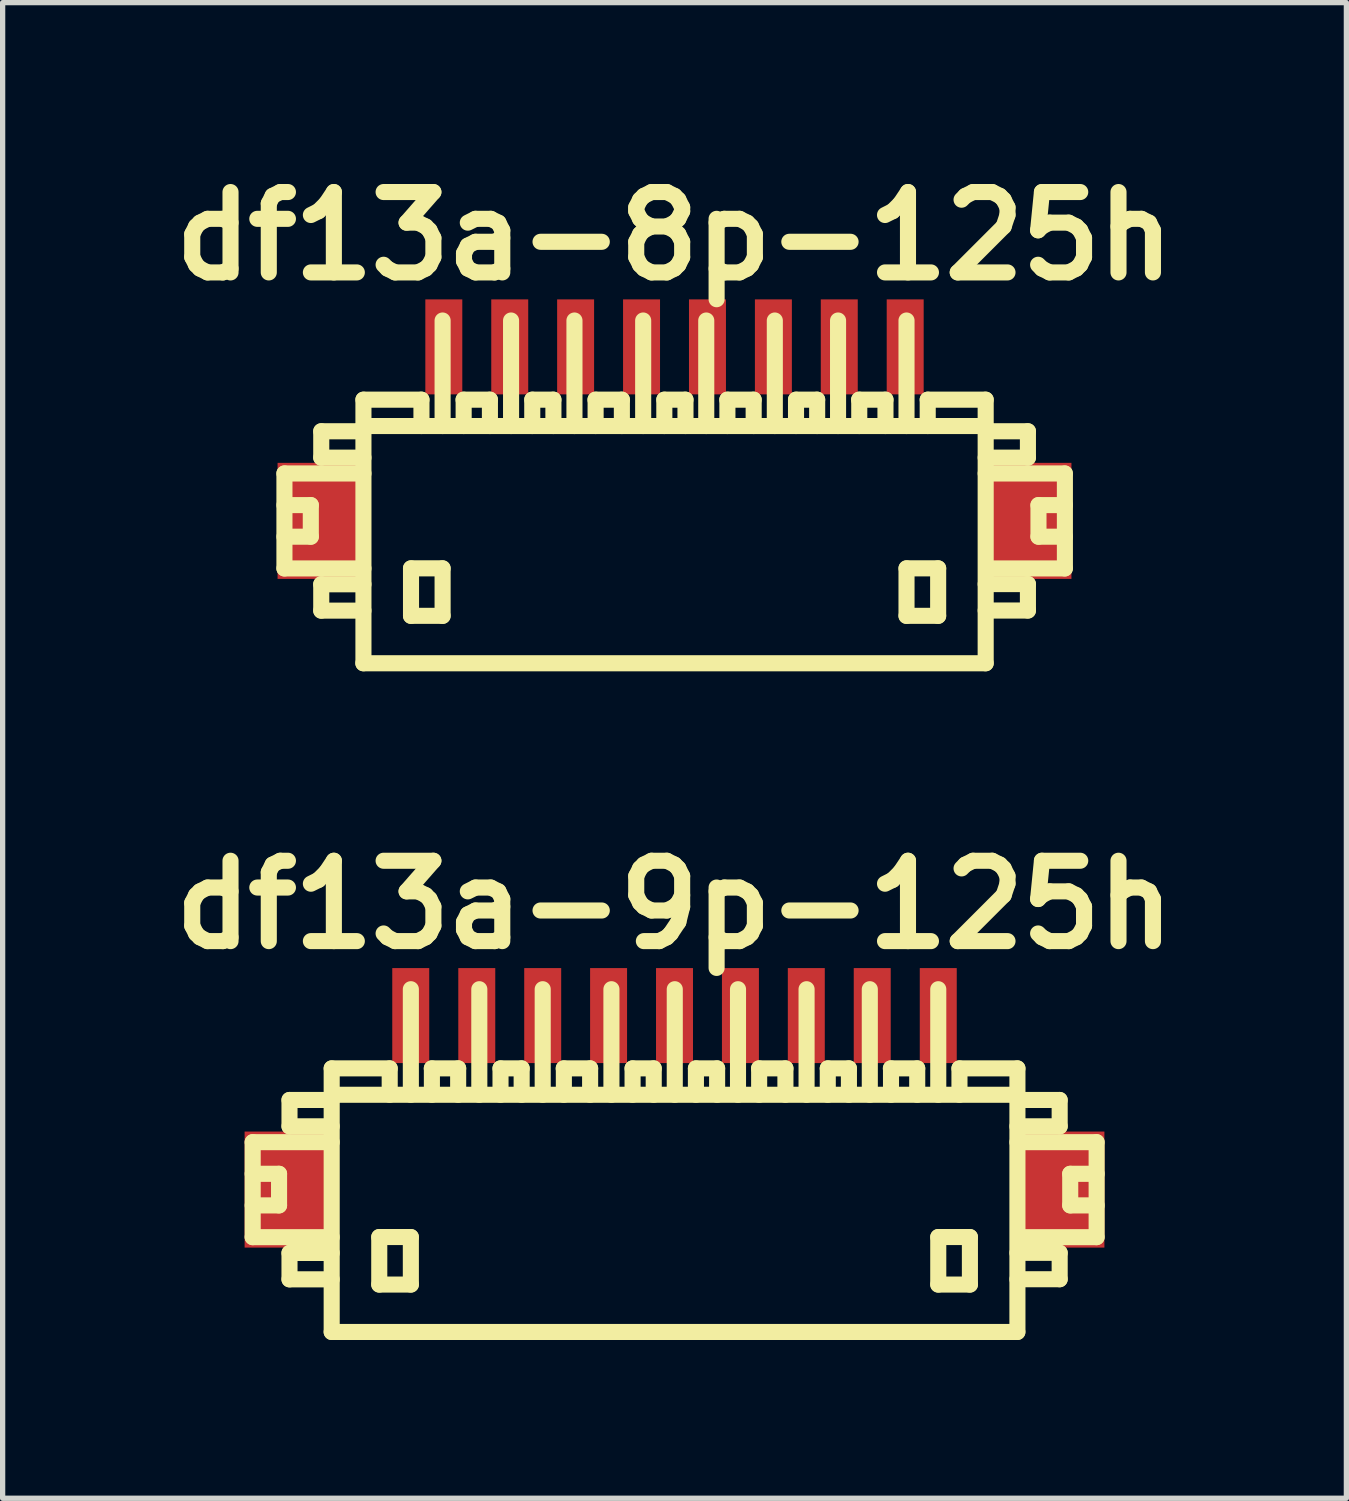
<source format=kicad_pcb>
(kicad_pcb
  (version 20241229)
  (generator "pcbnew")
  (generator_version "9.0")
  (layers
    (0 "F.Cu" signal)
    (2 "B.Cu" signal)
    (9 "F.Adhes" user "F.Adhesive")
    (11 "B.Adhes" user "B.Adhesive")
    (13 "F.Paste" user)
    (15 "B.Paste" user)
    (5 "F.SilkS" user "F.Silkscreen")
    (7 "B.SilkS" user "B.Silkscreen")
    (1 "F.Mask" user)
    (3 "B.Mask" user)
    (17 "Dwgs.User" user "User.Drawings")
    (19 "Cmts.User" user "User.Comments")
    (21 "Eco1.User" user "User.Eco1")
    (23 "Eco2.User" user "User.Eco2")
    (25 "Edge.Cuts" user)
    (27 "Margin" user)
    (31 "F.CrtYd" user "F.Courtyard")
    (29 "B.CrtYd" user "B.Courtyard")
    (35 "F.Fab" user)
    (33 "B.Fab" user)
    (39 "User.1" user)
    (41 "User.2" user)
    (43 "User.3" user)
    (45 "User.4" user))
  (footprint "df13a-8p-125h"
    (layer "F.Cu")
    (at 9.739 7.027)
    (property "Reference" "df13a-8p-125h" (at 0 -5.601 0) (layer "F.SilkS") (effects (font (size 1.524 1.524) (thickness 0.305))))
    (attr through_hole)
    (fp_line (start -7.396 -1.1) (end -7.396 0.701) (stroke (width 0.305) (type solid)) (layer "F.SilkS"))
    (fp_line (start -7.396 0.701) (end -5.898 0.701) (stroke (width 0.305) (type solid)) (layer "F.SilkS"))
    (fp_line (start -6.896 -0.5) (end -7.396 -0.5) (stroke (width 0.305) (type solid)) (layer "F.SilkS"))
    (fp_line (start -6.896 0.099) (end -7.396 0.099) (stroke (width 0.305) (type solid)) (layer "F.SilkS"))
    (fp_line (start -6.896 0.099) (end -6.896 -0.5) (stroke (width 0.305) (type solid)) (layer "F.SilkS"))
    (fp_line (start -6.698 -1.9) (end -6.698 -1.4) (stroke (width 0.305) (type solid)) (layer "F.SilkS"))
    (fp_line (start -6.698 -1.9) (end -5.898 -1.9) (stroke (width 0.305) (type solid)) (layer "F.SilkS"))
    (fp_line (start -6.698 1.001) (end -6.698 1.501) (stroke (width 0.305) (type solid)) (layer "F.SilkS"))
    (fp_line (start -6.698 1.501) (end -5.898 1.501) (stroke (width 0.305) (type solid)) (layer "F.SilkS"))
    (fp_line (start -5.9 -1.999) (end 5.9 -1.999) (stroke (width 0.305) (type solid)) (layer "F.SilkS"))
    (fp_line (start -5.9 2.499) (end 5.9 2.499) (stroke (width 0.305) (type solid)) (layer "F.SilkS"))
    (fp_line (start -5.898 -1.4) (end -6.698 -1.4) (stroke (width 0.305) (type solid)) (layer "F.SilkS"))
    (fp_line (start -5.898 -1.1) (end -7.396 -1.1) (stroke (width 0.305) (type solid)) (layer "F.SilkS"))
    (fp_line (start -5.898 1.001) (end -6.698 1.001) (stroke (width 0.305) (type solid)) (layer "F.SilkS"))
    (fp_line (start -5.898 2.499) (end -5.898 -2.499) (stroke (width 0.305) (type solid)) (layer "F.SilkS"))
    (fp_line (start -4.996 0.699) (end -4.996 1.6) (stroke (width 0.305) (type solid)) (layer "F.SilkS"))
    (fp_line (start -4.996 1.6) (end -4.397 1.6) (stroke (width 0.305) (type solid)) (layer "F.SilkS"))
    (fp_line (start -4.798 -2.499) (end -5.898 -2.499) (stroke (width 0.305) (type solid)) (layer "F.SilkS"))
    (fp_line (start -4.798 -2.499) (end -4.798 -1.999) (stroke (width 0.305) (type solid)) (layer "F.SilkS"))
    (fp_line (start -4.397 -4) (end -4.397 -1.999) (stroke (width 0.305) (type solid)) (layer "F.SilkS"))
    (fp_line (start -4.397 0.699) (end -4.996 0.699) (stroke (width 0.305) (type solid)) (layer "F.SilkS"))
    (fp_line (start -4.397 1.6) (end -4.397 0.699) (stroke (width 0.305) (type solid)) (layer "F.SilkS"))
    (fp_line (start -4 -2.499) (end -3.5 -2.499) (stroke (width 0.305) (type solid)) (layer "F.SilkS"))
    (fp_line (start -3.998 -1.999) (end -3.998 -2.499) (stroke (width 0.305) (type solid)) (layer "F.SilkS"))
    (fp_line (start -3.5 -2.499) (end -3.5 -1.999) (stroke (width 0.305) (type solid)) (layer "F.SilkS"))
    (fp_line (start -3.099 -1.999) (end -3.099 -4) (stroke (width 0.305) (type solid)) (layer "F.SilkS"))
    (fp_line (start -2.697 -2.499) (end -2.697 -1.999) (stroke (width 0.305) (type solid)) (layer "F.SilkS"))
    (fp_line (start -2.296 -2.499) (end -2.697 -2.499) (stroke (width 0.305) (type solid)) (layer "F.SilkS"))
    (fp_line (start -2.296 -2.499) (end -2.296 -1.999) (stroke (width 0.305) (type solid)) (layer "F.SilkS"))
    (fp_line (start -1.897 -1.999) (end -1.897 -4) (stroke (width 0.305) (type solid)) (layer "F.SilkS"))
    (fp_line (start -1.499 -2.499) (end -0.998 -2.499) (stroke (width 0.305) (type solid)) (layer "F.SilkS"))
    (fp_line (start -1.496 -1.999) (end -1.496 -2.499) (stroke (width 0.305) (type solid)) (layer "F.SilkS"))
    (fp_line (start -0.998 -2.499) (end -0.998 -1.999) (stroke (width 0.305) (type solid)) (layer "F.SilkS"))
    (fp_line (start -0.594 -1.999) (end -0.594 -4) (stroke (width 0.305) (type solid)) (layer "F.SilkS"))
    (fp_line (start -0.193 -2.499) (end -0.193 -1.999) (stroke (width 0.305) (type solid)) (layer "F.SilkS"))
    (fp_line (start 0.208 -2.499) (end -0.193 -2.499) (stroke (width 0.305) (type solid)) (layer "F.SilkS"))
    (fp_line (start 0.208 -2.499) (end 0.208 -1.999) (stroke (width 0.305) (type solid)) (layer "F.SilkS"))
    (fp_line (start 0.602 -1.999) (end 0.602 -4) (stroke (width 0.305) (type solid)) (layer "F.SilkS"))
    (fp_line (start 1.001 -2.499) (end 1.501 -2.499) (stroke (width 0.305) (type solid)) (layer "F.SilkS"))
    (fp_line (start 1.003 -1.999) (end 1.003 -2.499) (stroke (width 0.305) (type solid)) (layer "F.SilkS"))
    (fp_line (start 1.501 -2.499) (end 1.501 -1.999) (stroke (width 0.305) (type solid)) (layer "F.SilkS"))
    (fp_line (start 1.902 -1.999) (end 1.902 -4) (stroke (width 0.305) (type solid)) (layer "F.SilkS"))
    (fp_line (start 2.304 -2.499) (end 2.304 -1.999) (stroke (width 0.305) (type solid)) (layer "F.SilkS"))
    (fp_line (start 2.705 -2.499) (end 2.304 -2.499) (stroke (width 0.305) (type solid)) (layer "F.SilkS"))
    (fp_line (start 2.705 -2.499) (end 2.705 -1.999) (stroke (width 0.305) (type solid)) (layer "F.SilkS"))
    (fp_line (start 3.101 -1.999) (end 3.101 -4) (stroke (width 0.305) (type solid)) (layer "F.SilkS"))
    (fp_line (start 3.5 -2.499) (end 4 -2.499) (stroke (width 0.305) (type solid)) (layer "F.SilkS"))
    (fp_line (start 3.503 -1.999) (end 3.503 -2.499) (stroke (width 0.305) (type solid)) (layer "F.SilkS"))
    (fp_line (start 4 -2.499) (end 4 -1.999) (stroke (width 0.305) (type solid)) (layer "F.SilkS"))
    (fp_line (start 4.399 -1.999) (end 4.399 -4) (stroke (width 0.305) (type solid)) (layer "F.SilkS"))
    (fp_line (start 4.399 0.699) (end 4.999 0.699) (stroke (width 0.305) (type solid)) (layer "F.SilkS"))
    (fp_line (start 4.399 1.6) (end 4.399 0.699) (stroke (width 0.305) (type solid)) (layer "F.SilkS"))
    (fp_line (start 4.801 -2.499) (end 4.801 -1.999) (stroke (width 0.305) (type solid)) (layer "F.SilkS"))
    (fp_line (start 4.999 0.699) (end 4.999 1.6) (stroke (width 0.305) (type solid)) (layer "F.SilkS"))
    (fp_line (start 4.999 1.6) (end 4.399 1.6) (stroke (width 0.305) (type solid)) (layer "F.SilkS"))
    (fp_line (start 5.9 -2.499) (end 4.801 -2.499) (stroke (width 0.305) (type solid)) (layer "F.SilkS"))
    (fp_line (start 5.9 -2.499) (end 5.9 2.499) (stroke (width 0.305) (type solid)) (layer "F.SilkS"))
    (fp_line (start 5.9 -1.9) (end 6.701 -1.9) (stroke (width 0.305) (type solid)) (layer "F.SilkS"))
    (fp_line (start 5.9 0.998) (end 6.701 0.998) (stroke (width 0.305) (type solid)) (layer "F.SilkS"))
    (fp_line (start 6.701 -1.9) (end 6.701 -1.4) (stroke (width 0.305) (type solid)) (layer "F.SilkS"))
    (fp_line (start 6.701 -1.4) (end 5.9 -1.4) (stroke (width 0.305) (type solid)) (layer "F.SilkS"))
    (fp_line (start 6.701 0.998) (end 6.701 1.499) (stroke (width 0.305) (type solid)) (layer "F.SilkS"))
    (fp_line (start 6.701 1.499) (end 5.9 1.499) (stroke (width 0.305) (type solid)) (layer "F.SilkS"))
    (fp_line (start 6.901 0.099) (end 6.901 -0.5) (stroke (width 0.305) (type solid)) (layer "F.SilkS"))
    (fp_line (start 7.399 -1.1) (end 5.9 -1.1) (stroke (width 0.305) (type solid)) (layer "F.SilkS"))
    (fp_line (start 7.399 0.701) (end 5.999 0.701) (stroke (width 0.305) (type solid)) (layer "F.SilkS"))
    (fp_line (start 7.402 -1.1) (end 7.402 0.701) (stroke (width 0.305) (type solid)) (layer "F.SilkS"))
    (fp_line (start 7.402 -0.5) (end 6.901 -0.5) (stroke (width 0.305) (type solid)) (layer "F.SilkS"))
    (fp_line (start 7.402 0.099) (end 6.901 0.099) (stroke (width 0.305) (type solid)) (layer "F.SilkS"))
    (pad "" smd rect (at -6.726 -0.201) (size 1.6 2.2) (layers "F.Cu" "F.Mask" "F.Paste"))
    (pad "" smd rect (at 6.726 -0.201) (size 1.6 2.2) (layers "F.Cu" "F.Mask" "F.Paste"))
    (pad "1" smd rect (at 4.374 -3.5) (size 0.701 1.801) (layers "F.Cu" "F.Mask" "F.Paste"))
    (pad "2" smd rect (at 3.124 -3.5) (size 0.701 1.801) (layers "F.Cu" "F.Mask" "F.Paste"))
    (pad "3" smd rect (at 1.875 -3.5) (size 0.701 1.801) (layers "F.Cu" "F.Mask" "F.Paste"))
    (pad "4" smd rect (at 0.625 -3.5) (size 0.701 1.801) (layers "F.Cu" "F.Mask" "F.Paste"))
    (pad "5" smd rect (at -0.625 -3.5) (size 0.701 1.801) (layers "F.Cu" "F.Mask" "F.Paste"))
    (pad "6" smd rect (at -1.875 -3.5) (size 0.701 1.801) (layers "F.Cu" "F.Mask" "F.Paste"))
    (pad "7" smd rect (at -3.124 -3.5) (size 0.701 1.801) (layers "F.Cu" "F.Mask" "F.Paste"))
    (pad "8" smd rect (at -4.374 -3.5) (size 0.701 1.801) (layers "F.Cu" "F.Mask" "F.Paste")))
  (footprint "df13a-9p-125h"
    (layer "F.Cu")
    (at 9.739 19.706)
    (property "Reference" "df13a-9p-125h" (at 0 -5.601 0) (layer "F.SilkS") (effects (font (size 1.524 1.524) (thickness 0.305))))
    (attr through_hole)
    (fp_line (start -7.998 -1.1) (end -7.998 0.701) (stroke (width 0.305) (type solid)) (layer "F.SilkS"))
    (fp_line (start -7.998 0.701) (end -6.5 0.701) (stroke (width 0.305) (type solid)) (layer "F.SilkS"))
    (fp_line (start -7.498 -0.5) (end -7.998 -0.5) (stroke (width 0.305) (type solid)) (layer "F.SilkS"))
    (fp_line (start -7.498 0.099) (end -7.998 0.099) (stroke (width 0.305) (type solid)) (layer "F.SilkS"))
    (fp_line (start -7.498 0.099) (end -7.498 -0.5) (stroke (width 0.305) (type solid)) (layer "F.SilkS"))
    (fp_line (start -7.3 -1.9) (end -7.3 -1.4) (stroke (width 0.305) (type solid)) (layer "F.SilkS"))
    (fp_line (start -7.3 -1.9) (end -6.5 -1.9) (stroke (width 0.305) (type solid)) (layer "F.SilkS"))
    (fp_line (start -7.3 1.001) (end -7.3 1.501) (stroke (width 0.305) (type solid)) (layer "F.SilkS"))
    (fp_line (start -7.3 1.501) (end -6.5 1.501) (stroke (width 0.305) (type solid)) (layer "F.SilkS"))
    (fp_line (start -6.5 -1.999) (end 6.5 -1.999) (stroke (width 0.305) (type solid)) (layer "F.SilkS"))
    (fp_line (start -6.5 -1.4) (end -7.3 -1.4) (stroke (width 0.305) (type solid)) (layer "F.SilkS"))
    (fp_line (start -6.5 -1.1) (end -7.998 -1.1) (stroke (width 0.305) (type solid)) (layer "F.SilkS"))
    (fp_line (start -6.5 1.001) (end -7.3 1.001) (stroke (width 0.305) (type solid)) (layer "F.SilkS"))
    (fp_line (start -6.5 2.499) (end -6.5 -2.499) (stroke (width 0.305) (type solid)) (layer "F.SilkS"))
    (fp_line (start -5.598 0.699) (end -5.598 1.6) (stroke (width 0.305) (type solid)) (layer "F.SilkS"))
    (fp_line (start -5.598 1.6) (end -4.999 1.6) (stroke (width 0.305) (type solid)) (layer "F.SilkS"))
    (fp_line (start -5.4 -2.499) (end -6.5 -2.499) (stroke (width 0.305) (type solid)) (layer "F.SilkS"))
    (fp_line (start -5.4 -2.499) (end -5.4 -1.999) (stroke (width 0.305) (type solid)) (layer "F.SilkS"))
    (fp_line (start -4.999 -4) (end -4.999 -1.999) (stroke (width 0.305) (type solid)) (layer "F.SilkS"))
    (fp_line (start -4.999 0.699) (end -5.598 0.699) (stroke (width 0.305) (type solid)) (layer "F.SilkS"))
    (fp_line (start -4.999 1.6) (end -4.999 0.699) (stroke (width 0.305) (type solid)) (layer "F.SilkS"))
    (fp_line (start -4.602 -2.499) (end -4.102 -2.499) (stroke (width 0.305) (type solid)) (layer "F.SilkS"))
    (fp_line (start -4.6 -1.999) (end -4.6 -2.499) (stroke (width 0.305) (type solid)) (layer "F.SilkS"))
    (fp_line (start -4.102 -2.499) (end -4.102 -1.999) (stroke (width 0.305) (type solid)) (layer "F.SilkS"))
    (fp_line (start -3.701 -1.999) (end -3.701 -4) (stroke (width 0.305) (type solid)) (layer "F.SilkS"))
    (fp_line (start -3.299 -2.499) (end -3.299 -1.999) (stroke (width 0.305) (type solid)) (layer "F.SilkS"))
    (fp_line (start -2.898 -2.499) (end -3.299 -2.499) (stroke (width 0.305) (type solid)) (layer "F.SilkS"))
    (fp_line (start -2.898 -2.499) (end -2.898 -1.999) (stroke (width 0.305) (type solid)) (layer "F.SilkS"))
    (fp_line (start -2.499 -1.999) (end -2.499 -4) (stroke (width 0.305) (type solid)) (layer "F.SilkS"))
    (fp_line (start -2.101 -2.499) (end -1.6 -2.499) (stroke (width 0.305) (type solid)) (layer "F.SilkS"))
    (fp_line (start -2.098 -1.999) (end -2.098 -2.499) (stroke (width 0.305) (type solid)) (layer "F.SilkS"))
    (fp_line (start -1.6 -2.499) (end -1.6 -1.999) (stroke (width 0.305) (type solid)) (layer "F.SilkS"))
    (fp_line (start -1.196 -1.999) (end -1.196 -4) (stroke (width 0.305) (type solid)) (layer "F.SilkS"))
    (fp_line (start -0.795 -2.499) (end -0.795 -1.999) (stroke (width 0.305) (type solid)) (layer "F.SilkS"))
    (fp_line (start -0.394 -2.499) (end -0.795 -2.499) (stroke (width 0.305) (type solid)) (layer "F.SilkS"))
    (fp_line (start -0.394 -2.499) (end -0.394 -1.999) (stroke (width 0.305) (type solid)) (layer "F.SilkS"))
    (fp_line (start 0.005 -1.999) (end 0.005 -4) (stroke (width 0.305) (type solid)) (layer "F.SilkS"))
    (fp_line (start 0.406 -2.499) (end 0.406 -1.999) (stroke (width 0.305) (type solid)) (layer "F.SilkS"))
    (fp_line (start 0.808 -2.499) (end 0.406 -2.499) (stroke (width 0.305) (type solid)) (layer "F.SilkS"))
    (fp_line (start 0.808 -2.499) (end 0.808 -1.999) (stroke (width 0.305) (type solid)) (layer "F.SilkS"))
    (fp_line (start 1.204 -1.999) (end 1.204 -4) (stroke (width 0.305) (type solid)) (layer "F.SilkS"))
    (fp_line (start 1.603 -2.499) (end 2.103 -2.499) (stroke (width 0.305) (type solid)) (layer "F.SilkS"))
    (fp_line (start 1.605 -1.999) (end 1.605 -2.499) (stroke (width 0.305) (type solid)) (layer "F.SilkS"))
    (fp_line (start 2.103 -2.499) (end 2.103 -1.999) (stroke (width 0.305) (type solid)) (layer "F.SilkS"))
    (fp_line (start 2.504 -1.999) (end 2.504 -4) (stroke (width 0.305) (type solid)) (layer "F.SilkS"))
    (fp_line (start 2.906 -2.499) (end 2.906 -1.999) (stroke (width 0.305) (type solid)) (layer "F.SilkS"))
    (fp_line (start 3.307 -2.499) (end 2.906 -2.499) (stroke (width 0.305) (type solid)) (layer "F.SilkS"))
    (fp_line (start 3.307 -2.499) (end 3.307 -1.999) (stroke (width 0.305) (type solid)) (layer "F.SilkS"))
    (fp_line (start 3.703 -1.999) (end 3.703 -4) (stroke (width 0.305) (type solid)) (layer "F.SilkS"))
    (fp_line (start 4.102 -2.499) (end 4.602 -2.499) (stroke (width 0.305) (type solid)) (layer "F.SilkS"))
    (fp_line (start 4.105 -1.999) (end 4.105 -2.499) (stroke (width 0.305) (type solid)) (layer "F.SilkS"))
    (fp_line (start 4.602 -2.499) (end 4.602 -1.999) (stroke (width 0.305) (type solid)) (layer "F.SilkS"))
    (fp_line (start 5.001 -1.999) (end 5.001 -4) (stroke (width 0.305) (type solid)) (layer "F.SilkS"))
    (fp_line (start 5.001 0.699) (end 5.601 0.699) (stroke (width 0.305) (type solid)) (layer "F.SilkS"))
    (fp_line (start 5.001 1.6) (end 5.001 0.699) (stroke (width 0.305) (type solid)) (layer "F.SilkS"))
    (fp_line (start 5.403 -2.499) (end 5.403 -1.999) (stroke (width 0.305) (type solid)) (layer "F.SilkS"))
    (fp_line (start 5.601 0.699) (end 5.601 1.6) (stroke (width 0.305) (type solid)) (layer "F.SilkS"))
    (fp_line (start 5.601 1.6) (end 5.001 1.6) (stroke (width 0.305) (type solid)) (layer "F.SilkS"))
    (fp_line (start 6.5 2.499) (end -6.5 2.499) (stroke (width 0.305) (type solid)) (layer "F.SilkS"))
    (fp_line (start 6.502 -2.499) (end 5.403 -2.499) (stroke (width 0.305) (type solid)) (layer "F.SilkS"))
    (fp_line (start 6.502 -2.499) (end 6.502 2.499) (stroke (width 0.305) (type solid)) (layer "F.SilkS"))
    (fp_line (start 6.502 -1.9) (end 7.303 -1.9) (stroke (width 0.305) (type solid)) (layer "F.SilkS"))
    (fp_line (start 6.502 0.998) (end 7.303 0.998) (stroke (width 0.305) (type solid)) (layer "F.SilkS"))
    (fp_line (start 7.303 -1.9) (end 7.303 -1.4) (stroke (width 0.305) (type solid)) (layer "F.SilkS"))
    (fp_line (start 7.303 -1.4) (end 6.502 -1.4) (stroke (width 0.305) (type solid)) (layer "F.SilkS"))
    (fp_line (start 7.303 0.998) (end 7.303 1.499) (stroke (width 0.305) (type solid)) (layer "F.SilkS"))
    (fp_line (start 7.303 1.499) (end 6.502 1.499) (stroke (width 0.305) (type solid)) (layer "F.SilkS"))
    (fp_line (start 7.503 0.099) (end 7.503 -0.5) (stroke (width 0.305) (type solid)) (layer "F.SilkS"))
    (fp_line (start 8.001 -1.1) (end 6.502 -1.1) (stroke (width 0.305) (type solid)) (layer "F.SilkS"))
    (fp_line (start 8.001 0.701) (end 6.601 0.701) (stroke (width 0.305) (type solid)) (layer "F.SilkS"))
    (fp_line (start 8.004 -1.1) (end 8.004 0.701) (stroke (width 0.305) (type solid)) (layer "F.SilkS"))
    (fp_line (start 8.004 -0.5) (end 7.503 -0.5) (stroke (width 0.305) (type solid)) (layer "F.SilkS"))
    (fp_line (start 8.004 0.099) (end 7.503 0.099) (stroke (width 0.305) (type solid)) (layer "F.SilkS"))
    (pad "" smd rect (at -7.351 -0.201) (size 1.6 2.2) (layers "F.Cu" "F.Mask" "F.Paste"))
    (pad "" smd rect (at 7.351 -0.201) (size 1.6 2.2) (layers "F.Cu" "F.Mask" "F.Paste"))
    (pad "1" smd rect (at 5.001 -3.5) (size 0.701 1.801) (layers "F.Cu" "F.Mask" "F.Paste"))
    (pad "2" smd rect (at 3.749 -3.5) (size 0.701 1.801) (layers "F.Cu" "F.Mask" "F.Paste"))
    (pad "3" smd rect (at 2.499 -3.5) (size 0.701 1.801) (layers "F.Cu" "F.Mask" "F.Paste"))
    (pad "4" smd rect (at 1.25 -3.5) (size 0.701 1.801) (layers "F.Cu" "F.Mask" "F.Paste"))
    (pad "5" smd rect (at 0 -3.5) (size 0.701 1.801) (layers "F.Cu" "F.Mask" "F.Paste"))
    (pad "6" smd rect (at -1.25 -3.5) (size 0.701 1.801) (layers "F.Cu" "F.Mask" "F.Paste"))
    (pad "7" smd rect (at -2.499 -3.5) (size 0.701 1.801) (layers "F.Cu" "F.Mask" "F.Paste"))
    (pad "8" smd rect (at -3.749 -3.5) (size 0.701 1.801) (layers "F.Cu" "F.Mask" "F.Paste"))
    (pad "9" smd rect (at -5.001 -3.5) (size 0.701 1.801) (layers "F.Cu" "F.Mask" "F.Paste")))
  (gr_rect
    (start -3 -3)
    (end 22.478 25.358)
    (stroke (width 0.1) (type default))
    (fill no)
    (layer "Edge.Cuts")))
</source>
